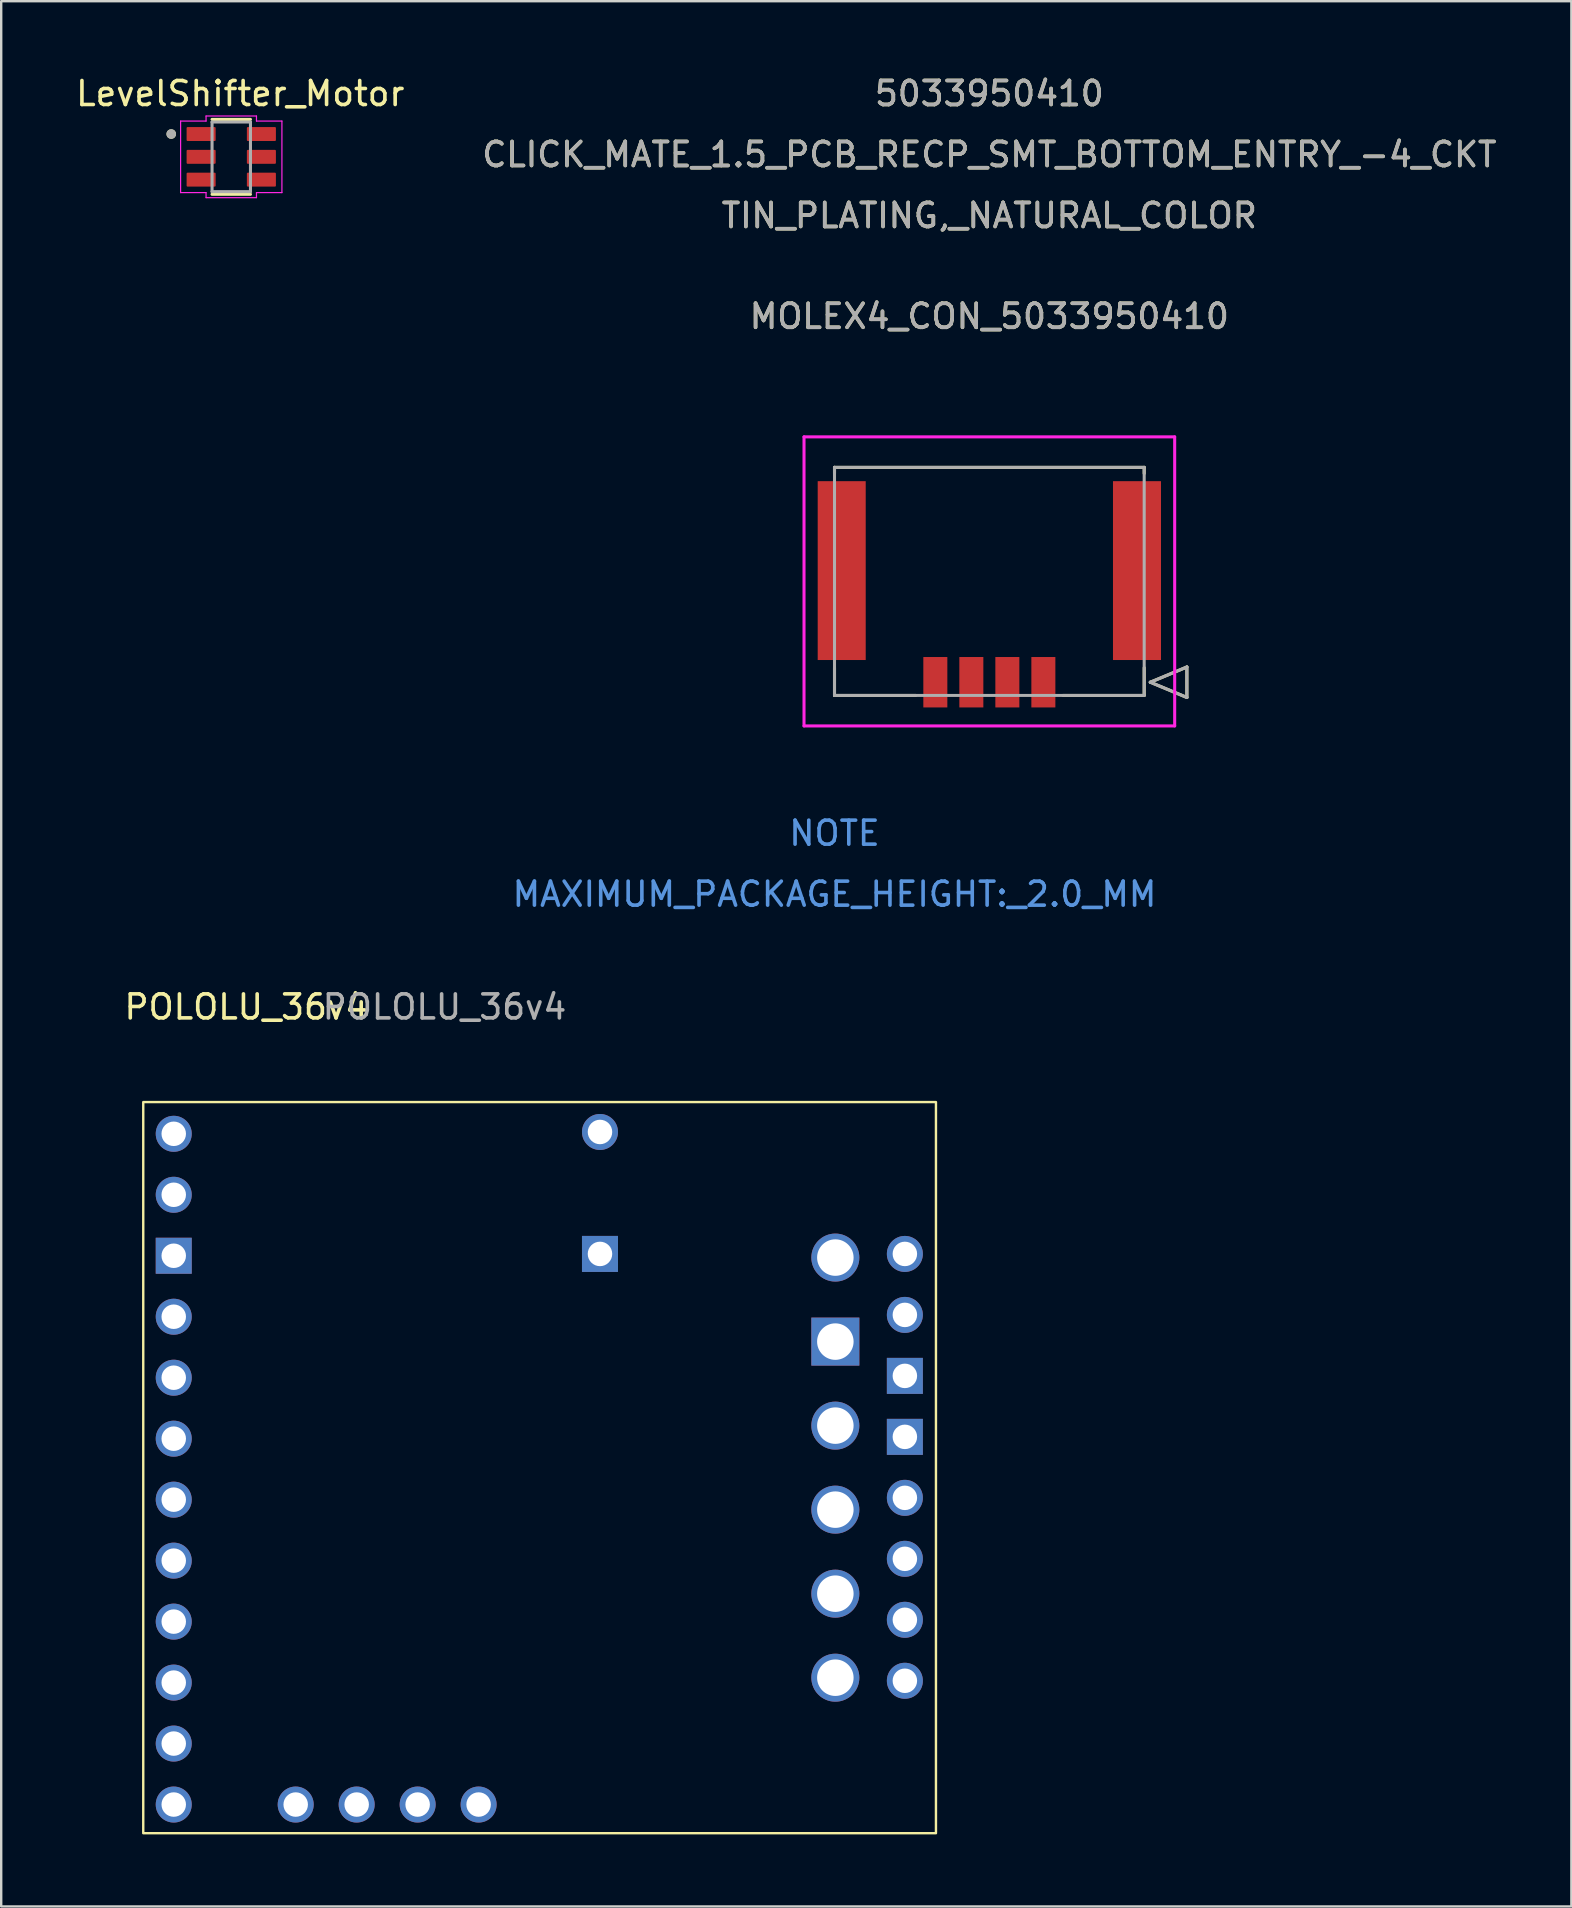
<source format=kicad_pcb>
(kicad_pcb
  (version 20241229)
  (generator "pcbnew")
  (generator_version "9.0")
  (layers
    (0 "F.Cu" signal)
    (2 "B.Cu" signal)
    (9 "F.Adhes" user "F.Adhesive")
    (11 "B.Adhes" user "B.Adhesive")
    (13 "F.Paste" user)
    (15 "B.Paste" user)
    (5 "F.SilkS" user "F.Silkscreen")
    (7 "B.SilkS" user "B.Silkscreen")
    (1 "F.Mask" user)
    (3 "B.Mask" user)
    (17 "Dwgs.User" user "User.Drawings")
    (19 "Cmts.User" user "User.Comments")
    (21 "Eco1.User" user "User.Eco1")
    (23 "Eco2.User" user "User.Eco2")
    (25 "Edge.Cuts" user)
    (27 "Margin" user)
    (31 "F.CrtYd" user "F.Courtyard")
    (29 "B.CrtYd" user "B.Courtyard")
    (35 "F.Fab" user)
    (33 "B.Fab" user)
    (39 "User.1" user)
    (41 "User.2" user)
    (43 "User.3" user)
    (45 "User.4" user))
  (footprint "POLOLU_36v4"
    (layer "F.Cu")
    (at 0.25 40.444)
    (property "Reference" "POLOLU_36v4" (at 6.96 -1.549 0) (unlocked yes) (layer "F.SilkS") (effects (font (size 1 1) (thickness 0.15))))
    (attr through_hole)
    (fp_rect (start 2.667 2.413) (end 35.687 32.868) (stroke (width 0.1) (type default)) (fill no) (layer "F.SilkS"))
    (fp_text user "${REFERENCE}" (at 15.215 -1.549 0) (unlocked yes) (layer "F.Fab") (effects (font (size 1 1) (thickness 0.15))))
    (pad "1" thru_hole circle (at 31.496 8.89) (size 2 2) (drill 1.52) (layers "*.Cu" "*.Mask"))
    (pad "1" thru_hole circle (at 34.392 8.738) (size 1.5 1.5) (drill 1.02) (layers "*.Cu" "*.Mask"))
    (pad "1" thru_hole circle (at 34.392 11.278) (size 1.5 1.5) (drill 1.02) (layers "*.Cu" "*.Mask"))
    (pad "2" thru_hole circle (at 31.496 15.89) (size 2 2) (drill 1.52) (layers "*.Cu" "*.Mask"))
    (pad "2" thru_hole circle (at 34.392 18.898) (size 1.5 1.5) (drill 1.02) (layers "*.Cu" "*.Mask"))
    (pad "3" thru_hole circle (at 31.496 19.39) (size 2 2) (drill 1.52) (layers "*.Cu" "*.Mask"))
    (pad "3" thru_hole circle (at 34.392 21.438) (size 1.5 1.5) (drill 1.02) (layers "*.Cu" "*.Mask"))
    (pad "4" thru_hole circle (at 31.496 22.89) (size 2 2) (drill 1.52) (layers "*.Cu" "*.Mask"))
    (pad "4" thru_hole circle (at 34.392 23.978) (size 1.5 1.5) (drill 1.02) (layers "*.Cu" "*.Mask"))
    (pad "5" thru_hole circle (at 31.496 26.39) (size 2 2) (drill 1.52) (layers "*.Cu" "*.Mask"))
    (pad "5" thru_hole circle (at 34.392 26.518) (size 1.5 1.5) (drill 1.02) (layers "*.Cu" "*.Mask"))
    (pad "6" thru_hole circle (at 16.637 31.674) (size 1.5 1.5) (drill 1.02) (layers "*.Cu" "*.Mask"))
    (pad "7" thru_hole circle (at 14.097 31.674) (size 1.5 1.5) (drill 1.02) (layers "*.Cu" "*.Mask"))
    (pad "8" thru_hole circle (at 11.557 31.674) (size 1.5 1.5) (drill 1.02) (layers "*.Cu" "*.Mask"))
    (pad "9" thru_hole circle (at 9.017 31.674) (size 1.5 1.5) (drill 1.02) (layers "*.Cu" "*.Mask"))
    (pad "10" thru_hole circle (at 3.937 31.674) (size 1.5 1.5) (drill 1.02) (layers "*.Cu" "*.Mask"))
    (pad "11" thru_hole circle (at 3.937 29.134) (size 1.5 1.5) (drill 1.02) (layers "*.Cu" "*.Mask"))
    (pad "12" thru_hole circle (at 3.937 26.594) (size 1.5 1.5) (drill 1.02) (layers "*.Cu" "*.Mask"))
    (pad "13" thru_hole circle (at 3.937 24.054) (size 1.5 1.5) (drill 1.02) (layers "*.Cu" "*.Mask"))
    (pad "14" thru_hole circle (at 3.937 21.514) (size 1.5 1.5) (drill 1.02) (layers "*.Cu" "*.Mask"))
    (pad "15" thru_hole circle (at 3.937 18.974) (size 1.5 1.5) (drill 1.02) (layers "*.Cu" "*.Mask"))
    (pad "16" thru_hole circle (at 3.937 16.434) (size 1.5 1.5) (drill 1.02) (layers "*.Cu" "*.Mask"))
    (pad "17" thru_hole circle (at 3.937 13.894) (size 1.5 1.5) (drill 1.02) (layers "*.Cu" "*.Mask"))
    (pad "18" thru_hole circle (at 3.937 11.354) (size 1.5 1.5) (drill 1.02) (layers "*.Cu" "*.Mask"))
    (pad "19" thru_hole circle (at 3.937 6.274) (size 1.5 1.5) (drill 1.02) (layers "*.Cu" "*.Mask"))
    (pad "20" thru_hole circle (at 3.937 3.734) (size 1.5 1.5) (drill 1.02) (layers "*.Cu" "*.Mask"))
    (pad "21" thru_hole circle (at 21.692 3.658) (size 1.5 1.5) (drill 1.02) (layers "*.Cu" "*.Mask"))
    (pad "22" thru_hole rect (at 3.937 8.814) (size 1.5 1.5) (drill 1.02) (layers "*.Cu" "*.Mask"))
    (pad "22" thru_hole rect (at 21.692 8.738) (size 1.5 1.5) (drill 1.02) (layers "*.Cu" "*.Mask"))
    (pad "22" thru_hole rect (at 31.496 12.39) (size 2 2) (drill 1.52) (layers "*.Cu" "*.Mask"))
    (pad "22" thru_hole rect (at 34.392 13.818) (size 1.5 1.5) (drill 1.02) (layers "*.Cu" "*.Mask"))
    (pad "22" thru_hole rect (at 34.392 16.358) (size 1.5 1.5) (drill 1.02) (layers "*.Cu" "*.Mask")))
  (footprint "MOLEX4_CON_5033950410"
    (layer "F.Cu")
    (at 40.411 25.368)
    (property "Reference" "MOLEX4_CON_5033950410" (at -2.25 -15.24 0) (unlocked yes) (layer "F.SilkS") (effects (font (size 1 1) (thickness 0.15))))
    (attr smd)
    (fp_line (start -8.7 -8.95) (end -8.7 -8.695) (stroke (width 0.127) (type solid)) (layer "F.SilkS"))
    (fp_line (start -8.7 -0.605) (end -8.7 0.55) (stroke (width 0.127) (type solid)) (layer "F.SilkS"))
    (fp_line (start -8.7 0.55) (end -5.32 0.55) (stroke (width 0.127) (type solid)) (layer "F.SilkS"))
    (fp_line (start 0.82 0.55) (end 4.2 0.55) (stroke (width 0.127) (type solid)) (layer "F.SilkS"))
    (fp_line (start 4.2 -8.95) (end -8.7 -8.95) (stroke (width 0.127) (type solid)) (layer "F.SilkS"))
    (fp_line (start 4.2 -8.695) (end 4.2 -8.95) (stroke (width 0.127) (type solid)) (layer "F.SilkS"))
    (fp_line (start 4.2 0.55) (end 4.2 -0.605) (stroke (width 0.127) (type solid)) (layer "F.SilkS"))
    (fp_line (start 4.454 0) (end 5.978 -0.635) (stroke (width 0.127) (type solid)) (layer "F.SilkS"))
    (fp_line (start 5.978 -0.635) (end 5.978 0.635) (stroke (width 0.127) (type solid)) (layer "F.SilkS"))
    (fp_line (start 5.978 0.635) (end 4.454 0) (stroke (width 0.127) (type solid)) (layer "F.SilkS"))
    (fp_line (start -9.97 -10.22) (end -9.97 1.82) (stroke (width 0.127) (type solid)) (layer "F.CrtYd"))
    (fp_line (start -9.97 1.82) (end 5.47 1.82) (stroke (width 0.127) (type solid)) (layer "F.CrtYd"))
    (fp_line (start 5.47 -10.22) (end -9.97 -10.22) (stroke (width 0.127) (type solid)) (layer "F.CrtYd"))
    (fp_line (start 5.47 1.82) (end 5.47 -10.22) (stroke (width 0.127) (type solid)) (layer "F.CrtYd"))
    (fp_line (start -8.7 -8.95) (end -8.7 0.55) (stroke (width 0.127) (type solid)) (layer "F.Fab"))
    (fp_line (start -8.7 0.55) (end 4.2 0.55) (stroke (width 0.127) (type solid)) (layer "F.Fab"))
    (fp_line (start 4.2 -8.95) (end -8.7 -8.95) (stroke (width 0.127) (type solid)) (layer "F.Fab"))
    (fp_line (start 4.2 0.55) (end 4.2 -8.95) (stroke (width 0.127) (type solid)) (layer "F.Fab"))
    (fp_line (start 4.454 0) (end 5.978 -0.635) (stroke (width 0.127) (type solid)) (layer "F.Fab"))
    (fp_line (start 5.978 -0.635) (end 5.978 0.635) (stroke (width 0.127) (type solid)) (layer "F.Fab"))
    (fp_line (start 5.978 0.635) (end 4.454 0) (stroke (width 0.127) (type solid)) (layer "F.Fab"))
    (fp_text user "CLICK_MATE_1.5_PCB_RECP_SMT_BOTTOM_ENTRY_-4_CKT" (at -2.25 -21.98 0) (unlocked yes) (layer "F.SilkS") (effects (font (size 1 1) (thickness 0.15))))
    (fp_text user "TIN_PLATING,_NATURAL_COLOR" (at -2.25 -19.44 0) (unlocked yes) (layer "F.SilkS") (effects (font (size 1 1) (thickness 0.15))))
    (fp_text user "5033950410" (at -2.25 -24.52 0) (unlocked yes) (layer "F.SilkS") (effects (font (size 1 1) (thickness 0.15))))
    (fp_text user "MAXIMUM_PACKAGE_HEIGHT:_2.0_MM" (at -8.7 8.83 0) (unlocked yes) (layer "Cmts.User") (effects (font (size 1 1) (thickness 0.15))))
    (fp_text user "NOTE" (at -8.7 6.29 0) (unlocked yes) (layer "Cmts.User") (effects (font (size 1 1) (thickness 0.15))))
    (fp_text user "TIN_PLATING,_NATURAL_COLOR" (at -2.25 -19.44 0) (unlocked yes) (layer "F.Fab") (effects (font (size 1 1) (thickness 0.15))))
    (fp_text user "5033950410" (at -2.25 -24.52 0) (unlocked yes) (layer "F.Fab") (effects (font (size 1 1) (thickness 0.15))))
    (fp_text user "CLICK_MATE_1.5_PCB_RECP_SMT_BOTTOM_ENTRY_-4_CKT" (at -2.25 -21.98 0) (unlocked yes) (layer "F.Fab") (effects (font (size 1 1) (thickness 0.15))))
    (fp_text user "${REFERENCE}" (at -2.25 -15.24 0) (unlocked yes) (layer "F.Fab") (effects (font (size 1 1) (thickness 0.15))))
    (pad "1" smd rect (at 0 0) (size 1 2.1) (layers "F.Cu" "F.Mask" "F.Paste"))
    (pad "2" smd rect (at -1.5 0) (size 1 2.1) (layers "F.Cu" "F.Mask" "F.Paste"))
    (pad "3" smd rect (at -3 0) (size 1 2.1) (layers "F.Cu" "F.Mask" "F.Paste"))
    (pad "4" smd rect (at -4.5 0) (size 1 2.1) (layers "F.Cu" "F.Mask" "F.Paste"))
    (pad "5" smd rect (at 3.9 -4.65) (size 2 7.45) (layers "F.Cu" "F.Mask" "F.Paste"))
    (pad "6" smd rect (at -8.4 -4.65) (size 2 7.45) (layers "F.Cu" "F.Mask" "F.Paste")))
  (footprint "LevelShifter_Motor"
    (layer "F.Cu")
    (at 6.583 3.483)
    (property "Reference" "LevelShifter_Motor" (at 0.375 -2.635 0) (layer "F.SilkS") (effects (font (size 1 1) (thickness 0.15))))
    (attr smd)
    (fp_line (start -0.8 1.56) (end 0.8 1.56) (stroke (width 0.127) (type solid)) (layer "F.SilkS"))
    (fp_line (start 0.8 -1.56) (end -0.8 -1.56) (stroke (width 0.127) (type solid)) (layer "F.SilkS"))
    (fp_circle (center -2.5 -0.95) (end -2.4 -0.95) (stroke (width 0.2) (type solid)) (fill no) (layer "F.SilkS"))
    (fp_line (start -2.11 -1.49) (end -2.11 1.49) (stroke (width 0.05) (type solid)) (layer "F.CrtYd"))
    (fp_line (start -2.11 -1.49) (end -1.05 -1.49) (stroke (width 0.05) (type solid)) (layer "F.CrtYd"))
    (fp_line (start -2.11 1.49) (end -1.05 1.49) (stroke (width 0.05) (type solid)) (layer "F.CrtYd"))
    (fp_line (start -1.05 -1.49) (end -1.05 -1.7) (stroke (width 0.05) (type solid)) (layer "F.CrtYd"))
    (fp_line (start -1.05 1.49) (end -1.05 1.7) (stroke (width 0.05) (type solid)) (layer "F.CrtYd"))
    (fp_line (start -1.05 1.7) (end 1.05 1.7) (stroke (width 0.05) (type solid)) (layer "F.CrtYd"))
    (fp_line (start 1.05 -1.7) (end -1.05 -1.7) (stroke (width 0.05) (type solid)) (layer "F.CrtYd"))
    (fp_line (start 1.05 -1.49) (end 1.05 -1.7) (stroke (width 0.05) (type solid)) (layer "F.CrtYd"))
    (fp_line (start 1.05 1.49) (end 1.05 1.7) (stroke (width 0.05) (type solid)) (layer "F.CrtYd"))
    (fp_line (start 2.11 -1.49) (end 1.05 -1.49) (stroke (width 0.05) (type solid)) (layer "F.CrtYd"))
    (fp_line (start 2.11 1.49) (end 1.05 1.49) (stroke (width 0.05) (type solid)) (layer "F.CrtYd"))
    (fp_line (start 2.11 1.49) (end 2.11 -1.49) (stroke (width 0.05) (type solid)) (layer "F.CrtYd"))
    (fp_line (start -0.8 -1.45) (end -0.8 1.45) (stroke (width 0.127) (type solid)) (layer "F.Fab"))
    (fp_line (start -0.8 1.45) (end 0.8 1.45) (stroke (width 0.127) (type solid)) (layer "F.Fab"))
    (fp_line (start 0.8 -1.45) (end -0.8 -1.45) (stroke (width 0.127) (type solid)) (layer "F.Fab"))
    (fp_line (start 0.8 1.45) (end 0.8 -1.45) (stroke (width 0.127) (type solid)) (layer "F.Fab"))
    (fp_circle (center -2.5 -0.95) (end -2.4 -0.95) (stroke (width 0.2) (type solid)) (fill no) (layer "F.Fab"))
    (pad "1" smd roundrect (at -1.255 -0.95) (size 1.21 0.58) (layers "F.Cu" "F.Mask" "F.Paste") (roundrect_rratio 0.07))
    (pad "2" smd roundrect (at -1.255 0) (size 1.21 0.58) (layers "F.Cu" "F.Mask" "F.Paste") (roundrect_rratio 0.07))
    (pad "3" smd roundrect (at -1.255 0.95) (size 1.21 0.58) (layers "F.Cu" "F.Mask" "F.Paste") (roundrect_rratio 0.07))
    (pad "4" smd roundrect (at 1.255 0.95) (size 1.21 0.58) (layers "F.Cu" "F.Mask" "F.Paste") (roundrect_rratio 0.07))
    (pad "5" smd roundrect (at 1.255 0) (size 1.21 0.58) (layers "F.Cu" "F.Mask" "F.Paste") (roundrect_rratio 0.07))
    (pad "6" smd roundrect (at 1.255 -0.95) (size 1.21 0.58) (layers "F.Cu" "F.Mask" "F.Paste") (roundrect_rratio 0.07)))
  (gr_rect
    (start -3 -3)
    (end 62.405 76.362)
    (stroke (width 0.1) (type default))
    (fill no)
    (layer "Edge.Cuts")))
</source>
